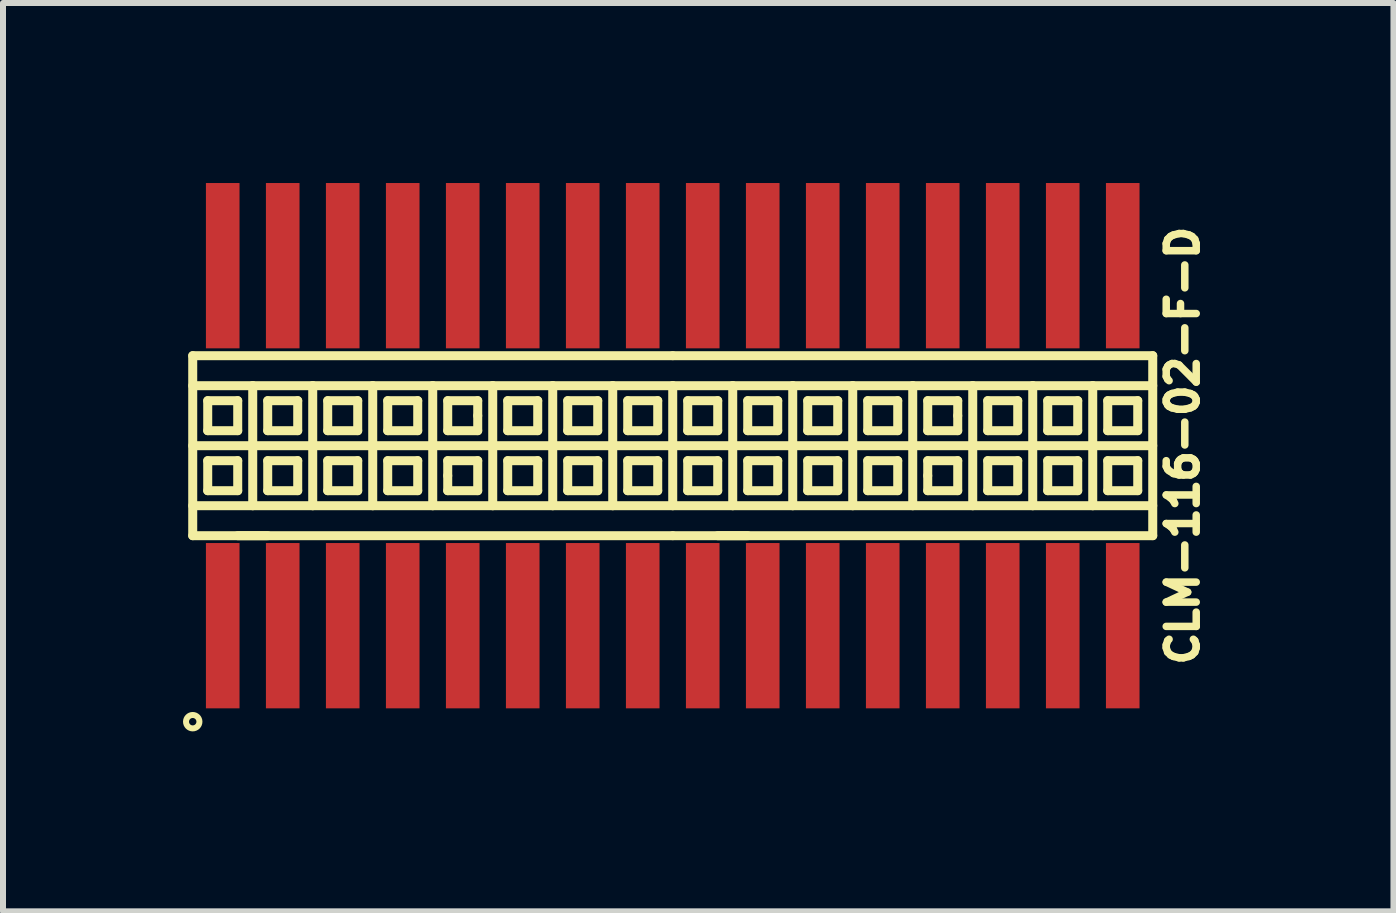
<source format=kicad_pcb>
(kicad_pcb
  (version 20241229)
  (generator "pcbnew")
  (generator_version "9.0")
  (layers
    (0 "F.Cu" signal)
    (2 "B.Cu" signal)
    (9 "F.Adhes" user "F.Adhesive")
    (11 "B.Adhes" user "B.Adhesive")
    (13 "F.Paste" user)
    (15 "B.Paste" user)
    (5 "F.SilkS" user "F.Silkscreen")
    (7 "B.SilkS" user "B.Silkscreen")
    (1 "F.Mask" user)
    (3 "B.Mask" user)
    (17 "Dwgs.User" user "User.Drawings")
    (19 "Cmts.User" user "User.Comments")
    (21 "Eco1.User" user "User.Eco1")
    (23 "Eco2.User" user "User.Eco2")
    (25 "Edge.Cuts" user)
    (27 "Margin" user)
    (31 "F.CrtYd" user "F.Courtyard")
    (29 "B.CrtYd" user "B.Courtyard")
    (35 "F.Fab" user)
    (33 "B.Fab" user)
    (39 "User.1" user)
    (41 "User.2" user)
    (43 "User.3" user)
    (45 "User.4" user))
  (footprint "CLM-116-02-F-D"
    (layer "F.Cu")
    (at 8.162 4.378)
    (property "Reference" "CLM-116-02-F-D" (at 8.5 0 90) (layer "F.SilkS") (effects (font (size 0.5 0.5) (thickness 0.125))))
    (attr through_hole)
    (fp_line (start -8 -1.5) (end 0 -1.5) (stroke (width 0.15) (type solid)) (layer "F.SilkS"))
    (fp_line (start -8 -1) (end -7 -1) (stroke (width 0.15) (type solid)) (layer "F.SilkS"))
    (fp_line (start -8 1.5) (end -8 -1.5) (stroke (width 0.15) (type solid)) (layer "F.SilkS"))
    (fp_line (start -7.75 -0.75) (end -7.25 -0.75) (stroke (width 0.15) (type solid)) (layer "F.SilkS"))
    (fp_line (start -7.75 -0.25) (end -7.75 -0.75) (stroke (width 0.15) (type solid)) (layer "F.SilkS"))
    (fp_line (start -7.75 0.25) (end -7.25 0.25) (stroke (width 0.15) (type solid)) (layer "F.SilkS"))
    (fp_line (start -7.75 0.75) (end -7.75 0.25) (stroke (width 0.15) (type solid)) (layer "F.SilkS"))
    (fp_line (start -7.25 -0.75) (end -7.25 -0.25) (stroke (width 0.15) (type solid)) (layer "F.SilkS"))
    (fp_line (start -7.25 -0.25) (end -7.75 -0.25) (stroke (width 0.15) (type solid)) (layer "F.SilkS"))
    (fp_line (start -7.25 0.25) (end -7.25 0.75) (stroke (width 0.15) (type solid)) (layer "F.SilkS"))
    (fp_line (start -7.25 0.75) (end -7.75 0.75) (stroke (width 0.15) (type solid)) (layer "F.SilkS"))
    (fp_line (start -7.25 1.5) (end -6.75 1.5) (stroke (width 0.15) (type solid)) (layer "F.SilkS"))
    (fp_line (start -7 -1) (end -7 0) (stroke (width 0.15) (type solid)) (layer "F.SilkS"))
    (fp_line (start -7 -1) (end -6 -1) (stroke (width 0.15) (type solid)) (layer "F.SilkS"))
    (fp_line (start -7 0) (end -8 0) (stroke (width 0.15) (type solid)) (layer "F.SilkS"))
    (fp_line (start -7 0) (end -7 1) (stroke (width 0.15) (type solid)) (layer "F.SilkS"))
    (fp_line (start -7 1) (end -8 1) (stroke (width 0.15) (type solid)) (layer "F.SilkS"))
    (fp_line (start -6.75 -0.75) (end -6.25 -0.75) (stroke (width 0.15) (type solid)) (layer "F.SilkS"))
    (fp_line (start -6.75 -0.25) (end -6.75 -0.75) (stroke (width 0.15) (type solid)) (layer "F.SilkS"))
    (fp_line (start -6.75 0.25) (end -6.25 0.25) (stroke (width 0.15) (type solid)) (layer "F.SilkS"))
    (fp_line (start -6.75 0.75) (end -6.75 0.25) (stroke (width 0.15) (type solid)) (layer "F.SilkS"))
    (fp_line (start -6.25 -0.75) (end -6.25 -0.25) (stroke (width 0.15) (type solid)) (layer "F.SilkS"))
    (fp_line (start -6.25 -0.25) (end -6.75 -0.25) (stroke (width 0.15) (type solid)) (layer "F.SilkS"))
    (fp_line (start -6.25 0.25) (end -6.25 0.75) (stroke (width 0.15) (type solid)) (layer "F.SilkS"))
    (fp_line (start -6.25 0.75) (end -6.75 0.75) (stroke (width 0.15) (type solid)) (layer "F.SilkS"))
    (fp_line (start -6 -1) (end -6 0) (stroke (width 0.15) (type solid)) (layer "F.SilkS"))
    (fp_line (start -6 -1) (end -5 -1) (stroke (width 0.15) (type solid)) (layer "F.SilkS"))
    (fp_line (start -6 0) (end -7 0) (stroke (width 0.15) (type solid)) (layer "F.SilkS"))
    (fp_line (start -6 0) (end -6 1) (stroke (width 0.15) (type solid)) (layer "F.SilkS"))
    (fp_line (start -6 1) (end -7 1) (stroke (width 0.15) (type solid)) (layer "F.SilkS"))
    (fp_line (start -5.75 -0.75) (end -5.25 -0.75) (stroke (width 0.15) (type solid)) (layer "F.SilkS"))
    (fp_line (start -5.75 -0.25) (end -5.75 -0.75) (stroke (width 0.15) (type solid)) (layer "F.SilkS"))
    (fp_line (start -5.75 0.25) (end -5.25 0.25) (stroke (width 0.15) (type solid)) (layer "F.SilkS"))
    (fp_line (start -5.75 0.75) (end -5.75 0.25) (stroke (width 0.15) (type solid)) (layer "F.SilkS"))
    (fp_line (start -5.25 -0.75) (end -5.25 -0.25) (stroke (width 0.15) (type solid)) (layer "F.SilkS"))
    (fp_line (start -5.25 -0.25) (end -5.75 -0.25) (stroke (width 0.15) (type solid)) (layer "F.SilkS"))
    (fp_line (start -5.25 0.25) (end -5.25 0.75) (stroke (width 0.15) (type solid)) (layer "F.SilkS"))
    (fp_line (start -5.25 0.75) (end -5.75 0.75) (stroke (width 0.15) (type solid)) (layer "F.SilkS"))
    (fp_line (start -5 -1) (end -5 0) (stroke (width 0.15) (type solid)) (layer "F.SilkS"))
    (fp_line (start -5 -1) (end -4 -1) (stroke (width 0.15) (type solid)) (layer "F.SilkS"))
    (fp_line (start -5 0) (end -6 0) (stroke (width 0.15) (type solid)) (layer "F.SilkS"))
    (fp_line (start -5 0) (end -5 1) (stroke (width 0.15) (type solid)) (layer "F.SilkS"))
    (fp_line (start -5 1) (end -6 1) (stroke (width 0.15) (type solid)) (layer "F.SilkS"))
    (fp_line (start -4.75 -0.75) (end -4.25 -0.75) (stroke (width 0.15) (type solid)) (layer "F.SilkS"))
    (fp_line (start -4.75 -0.25) (end -4.75 -0.75) (stroke (width 0.15) (type solid)) (layer "F.SilkS"))
    (fp_line (start -4.75 0.25) (end -4.25 0.25) (stroke (width 0.15) (type solid)) (layer "F.SilkS"))
    (fp_line (start -4.75 0.75) (end -4.75 0.25) (stroke (width 0.15) (type solid)) (layer "F.SilkS"))
    (fp_line (start -4.25 -0.75) (end -4.25 -0.25) (stroke (width 0.15) (type solid)) (layer "F.SilkS"))
    (fp_line (start -4.25 -0.25) (end -4.75 -0.25) (stroke (width 0.15) (type solid)) (layer "F.SilkS"))
    (fp_line (start -4.25 0.25) (end -4.25 0.75) (stroke (width 0.15) (type solid)) (layer "F.SilkS"))
    (fp_line (start -4.25 0.75) (end -4.75 0.75) (stroke (width 0.15) (type solid)) (layer "F.SilkS"))
    (fp_line (start -4 -1) (end -4 0) (stroke (width 0.15) (type solid)) (layer "F.SilkS"))
    (fp_line (start -4 -1) (end -3 -1) (stroke (width 0.15) (type solid)) (layer "F.SilkS"))
    (fp_line (start -4 0) (end -5 0) (stroke (width 0.15) (type solid)) (layer "F.SilkS"))
    (fp_line (start -4 0) (end -4 1) (stroke (width 0.15) (type solid)) (layer "F.SilkS"))
    (fp_line (start -4 1) (end -5 1) (stroke (width 0.15) (type solid)) (layer "F.SilkS"))
    (fp_line (start -3.75 -0.75) (end -3.25 -0.75) (stroke (width 0.15) (type solid)) (layer "F.SilkS"))
    (fp_line (start -3.75 -0.25) (end -3.75 -0.75) (stroke (width 0.15) (type solid)) (layer "F.SilkS"))
    (fp_line (start -3.75 0.25) (end -3.25 0.25) (stroke (width 0.15) (type solid)) (layer "F.SilkS"))
    (fp_line (start -3.75 0.5) (end -3.75 0.25) (stroke (width 0.15) (type solid)) (layer "F.SilkS"))
    (fp_line (start -3.75 0.75) (end -3.75 0.5) (stroke (width 0.15) (type solid)) (layer "F.SilkS"))
    (fp_line (start -3.25 -0.75) (end -3.25 -0.5) (stroke (width 0.15) (type solid)) (layer "F.SilkS"))
    (fp_line (start -3.25 -0.5) (end -3.25 -0.25) (stroke (width 0.15) (type solid)) (layer "F.SilkS"))
    (fp_line (start -3.25 -0.25) (end -3.75 -0.25) (stroke (width 0.15) (type solid)) (layer "F.SilkS"))
    (fp_line (start -3.25 0.25) (end -3.25 0.75) (stroke (width 0.15) (type solid)) (layer "F.SilkS"))
    (fp_line (start -3.25 0.75) (end -3.75 0.75) (stroke (width 0.15) (type solid)) (layer "F.SilkS"))
    (fp_line (start -3 -1) (end -3 0) (stroke (width 0.15) (type solid)) (layer "F.SilkS"))
    (fp_line (start -3 -1) (end -2 -1) (stroke (width 0.15) (type solid)) (layer "F.SilkS"))
    (fp_line (start -3 0) (end -4 0) (stroke (width 0.15) (type solid)) (layer "F.SilkS"))
    (fp_line (start -3 0) (end -3 1) (stroke (width 0.15) (type solid)) (layer "F.SilkS"))
    (fp_line (start -3 1) (end -4 1) (stroke (width 0.15) (type solid)) (layer "F.SilkS"))
    (fp_line (start -2.75 -0.75) (end -2.25 -0.75) (stroke (width 0.15) (type solid)) (layer "F.SilkS"))
    (fp_line (start -2.75 -0.25) (end -2.75 -0.75) (stroke (width 0.15) (type solid)) (layer "F.SilkS"))
    (fp_line (start -2.75 0.25) (end -2.25 0.25) (stroke (width 0.15) (type solid)) (layer "F.SilkS"))
    (fp_line (start -2.75 0.75) (end -2.75 0.25) (stroke (width 0.15) (type solid)) (layer "F.SilkS"))
    (fp_line (start -2.25 -0.75) (end -2.25 -0.25) (stroke (width 0.15) (type solid)) (layer "F.SilkS"))
    (fp_line (start -2.25 -0.25) (end -2.75 -0.25) (stroke (width 0.15) (type solid)) (layer "F.SilkS"))
    (fp_line (start -2.25 0.25) (end -2.25 0.75) (stroke (width 0.15) (type solid)) (layer "F.SilkS"))
    (fp_line (start -2.25 0.75) (end -2.75 0.75) (stroke (width 0.15) (type solid)) (layer "F.SilkS"))
    (fp_line (start -2 -1) (end -2 0) (stroke (width 0.15) (type solid)) (layer "F.SilkS"))
    (fp_line (start -2 -1) (end -1 -1) (stroke (width 0.15) (type solid)) (layer "F.SilkS"))
    (fp_line (start -2 0) (end -3 0) (stroke (width 0.15) (type solid)) (layer "F.SilkS"))
    (fp_line (start -2 0) (end -2 1) (stroke (width 0.15) (type solid)) (layer "F.SilkS"))
    (fp_line (start -2 1) (end -3 1) (stroke (width 0.15) (type solid)) (layer "F.SilkS"))
    (fp_line (start -1.75 -0.75) (end -1.25 -0.75) (stroke (width 0.15) (type solid)) (layer "F.SilkS"))
    (fp_line (start -1.75 -0.25) (end -1.75 -0.75) (stroke (width 0.15) (type solid)) (layer "F.SilkS"))
    (fp_line (start -1.75 0.25) (end -1.25 0.25) (stroke (width 0.15) (type solid)) (layer "F.SilkS"))
    (fp_line (start -1.75 0.75) (end -1.75 0.25) (stroke (width 0.15) (type solid)) (layer "F.SilkS"))
    (fp_line (start -1.25 -0.75) (end -1.25 -0.25) (stroke (width 0.15) (type solid)) (layer "F.SilkS"))
    (fp_line (start -1.25 -0.25) (end -1.75 -0.25) (stroke (width 0.15) (type solid)) (layer "F.SilkS"))
    (fp_line (start -1.25 0.25) (end -1.25 0.75) (stroke (width 0.15) (type solid)) (layer "F.SilkS"))
    (fp_line (start -1.25 0.75) (end -1.75 0.75) (stroke (width 0.15) (type solid)) (layer "F.SilkS"))
    (fp_line (start -1 -1) (end -1 0) (stroke (width 0.15) (type solid)) (layer "F.SilkS"))
    (fp_line (start -1 -1) (end 0 -1) (stroke (width 0.15) (type solid)) (layer "F.SilkS"))
    (fp_line (start -1 0) (end -2 0) (stroke (width 0.15) (type solid)) (layer "F.SilkS"))
    (fp_line (start -1 0) (end -1 1) (stroke (width 0.15) (type solid)) (layer "F.SilkS"))
    (fp_line (start -1 0) (end 0 0) (stroke (width 0.15) (type solid)) (layer "F.SilkS"))
    (fp_line (start -1 1) (end -2 1) (stroke (width 0.15) (type solid)) (layer "F.SilkS"))
    (fp_line (start -1 1) (end 0 1) (stroke (width 0.15) (type solid)) (layer "F.SilkS"))
    (fp_line (start -0.75 -0.75) (end -0.25 -0.75) (stroke (width 0.15) (type solid)) (layer "F.SilkS"))
    (fp_line (start -0.75 -0.25) (end -0.75 -0.75) (stroke (width 0.15) (type solid)) (layer "F.SilkS"))
    (fp_line (start -0.75 0.25) (end -0.25 0.25) (stroke (width 0.15) (type solid)) (layer "F.SilkS"))
    (fp_line (start -0.75 0.75) (end -0.75 0.25) (stroke (width 0.15) (type solid)) (layer "F.SilkS"))
    (fp_line (start -0.25 -0.75) (end -0.25 -0.25) (stroke (width 0.15) (type solid)) (layer "F.SilkS"))
    (fp_line (start -0.25 -0.25) (end -0.75 -0.25) (stroke (width 0.15) (type solid)) (layer "F.SilkS"))
    (fp_line (start -0.25 0.25) (end -0.25 0.75) (stroke (width 0.15) (type solid)) (layer "F.SilkS"))
    (fp_line (start -0.25 0.75) (end -0.75 0.75) (stroke (width 0.15) (type solid)) (layer "F.SilkS"))
    (fp_line (start 0 -1.5) (end 8 -1.5) (stroke (width 0.15) (type solid)) (layer "F.SilkS"))
    (fp_line (start 0 -1) (end 0 1) (stroke (width 0.15) (type solid)) (layer "F.SilkS"))
    (fp_line (start 0 -1) (end 1 -1) (stroke (width 0.15) (type solid)) (layer "F.SilkS"))
    (fp_line (start 0 1.5) (end -8 1.5) (stroke (width 0.15) (type solid)) (layer "F.SilkS"))
    (fp_line (start 0.25 -0.75) (end 0.75 -0.75) (stroke (width 0.15) (type solid)) (layer "F.SilkS"))
    (fp_line (start 0.25 -0.25) (end 0.25 -0.75) (stroke (width 0.15) (type solid)) (layer "F.SilkS"))
    (fp_line (start 0.25 0.25) (end 0.75 0.25) (stroke (width 0.15) (type solid)) (layer "F.SilkS"))
    (fp_line (start 0.25 0.75) (end 0.25 0.25) (stroke (width 0.15) (type solid)) (layer "F.SilkS"))
    (fp_line (start 0.75 -0.75) (end 0.75 -0.25) (stroke (width 0.15) (type solid)) (layer "F.SilkS"))
    (fp_line (start 0.75 -0.25) (end 0.25 -0.25) (stroke (width 0.15) (type solid)) (layer "F.SilkS"))
    (fp_line (start 0.75 0.25) (end 0.75 0.75) (stroke (width 0.15) (type solid)) (layer "F.SilkS"))
    (fp_line (start 0.75 0.75) (end 0.25 0.75) (stroke (width 0.15) (type solid)) (layer "F.SilkS"))
    (fp_line (start 0.75 1.5) (end 1.25 1.5) (stroke (width 0.15) (type solid)) (layer "F.SilkS"))
    (fp_line (start 1 -1) (end 1 0) (stroke (width 0.15) (type solid)) (layer "F.SilkS"))
    (fp_line (start 1 -1) (end 2 -1) (stroke (width 0.15) (type solid)) (layer "F.SilkS"))
    (fp_line (start 1 0) (end 0 0) (stroke (width 0.15) (type solid)) (layer "F.SilkS"))
    (fp_line (start 1 0) (end 1 1) (stroke (width 0.15) (type solid)) (layer "F.SilkS"))
    (fp_line (start 1 1) (end 0 1) (stroke (width 0.15) (type solid)) (layer "F.SilkS"))
    (fp_line (start 1.25 -0.75) (end 1.75 -0.75) (stroke (width 0.15) (type solid)) (layer "F.SilkS"))
    (fp_line (start 1.25 -0.25) (end 1.25 -0.75) (stroke (width 0.15) (type solid)) (layer "F.SilkS"))
    (fp_line (start 1.25 0.25) (end 1.75 0.25) (stroke (width 0.15) (type solid)) (layer "F.SilkS"))
    (fp_line (start 1.25 0.75) (end 1.25 0.25) (stroke (width 0.15) (type solid)) (layer "F.SilkS"))
    (fp_line (start 1.75 -0.75) (end 1.75 -0.25) (stroke (width 0.15) (type solid)) (layer "F.SilkS"))
    (fp_line (start 1.75 -0.25) (end 1.25 -0.25) (stroke (width 0.15) (type solid)) (layer "F.SilkS"))
    (fp_line (start 1.75 0.25) (end 1.75 0.75) (stroke (width 0.15) (type solid)) (layer "F.SilkS"))
    (fp_line (start 1.75 0.75) (end 1.25 0.75) (stroke (width 0.15) (type solid)) (layer "F.SilkS"))
    (fp_line (start 2 -1) (end 2 0) (stroke (width 0.15) (type solid)) (layer "F.SilkS"))
    (fp_line (start 2 -1) (end 3 -1) (stroke (width 0.15) (type solid)) (layer "F.SilkS"))
    (fp_line (start 2 0) (end 1 0) (stroke (width 0.15) (type solid)) (layer "F.SilkS"))
    (fp_line (start 2 0) (end 2 1) (stroke (width 0.15) (type solid)) (layer "F.SilkS"))
    (fp_line (start 2 1) (end 1 1) (stroke (width 0.15) (type solid)) (layer "F.SilkS"))
    (fp_line (start 2.25 -0.75) (end 2.75 -0.75) (stroke (width 0.15) (type solid)) (layer "F.SilkS"))
    (fp_line (start 2.25 -0.25) (end 2.25 -0.75) (stroke (width 0.15) (type solid)) (layer "F.SilkS"))
    (fp_line (start 2.25 0.25) (end 2.75 0.25) (stroke (width 0.15) (type solid)) (layer "F.SilkS"))
    (fp_line (start 2.25 0.75) (end 2.25 0.25) (stroke (width 0.15) (type solid)) (layer "F.SilkS"))
    (fp_line (start 2.75 -0.75) (end 2.75 -0.25) (stroke (width 0.15) (type solid)) (layer "F.SilkS"))
    (fp_line (start 2.75 -0.25) (end 2.25 -0.25) (stroke (width 0.15) (type solid)) (layer "F.SilkS"))
    (fp_line (start 2.75 0.25) (end 2.75 0.75) (stroke (width 0.15) (type solid)) (layer "F.SilkS"))
    (fp_line (start 2.75 0.75) (end 2.25 0.75) (stroke (width 0.15) (type solid)) (layer "F.SilkS"))
    (fp_line (start 3 -1) (end 3 0) (stroke (width 0.15) (type solid)) (layer "F.SilkS"))
    (fp_line (start 3 -1) (end 4 -1) (stroke (width 0.15) (type solid)) (layer "F.SilkS"))
    (fp_line (start 3 0) (end 2 0) (stroke (width 0.15) (type solid)) (layer "F.SilkS"))
    (fp_line (start 3 0) (end 3 1) (stroke (width 0.15) (type solid)) (layer "F.SilkS"))
    (fp_line (start 3 1) (end 2 1) (stroke (width 0.15) (type solid)) (layer "F.SilkS"))
    (fp_line (start 3.25 -0.75) (end 3.75 -0.75) (stroke (width 0.15) (type solid)) (layer "F.SilkS"))
    (fp_line (start 3.25 -0.25) (end 3.25 -0.75) (stroke (width 0.15) (type solid)) (layer "F.SilkS"))
    (fp_line (start 3.25 0.25) (end 3.75 0.25) (stroke (width 0.15) (type solid)) (layer "F.SilkS"))
    (fp_line (start 3.25 0.75) (end 3.25 0.25) (stroke (width 0.15) (type solid)) (layer "F.SilkS"))
    (fp_line (start 3.75 -0.75) (end 3.75 -0.25) (stroke (width 0.15) (type solid)) (layer "F.SilkS"))
    (fp_line (start 3.75 -0.25) (end 3.25 -0.25) (stroke (width 0.15) (type solid)) (layer "F.SilkS"))
    (fp_line (start 3.75 0.25) (end 3.75 0.75) (stroke (width 0.15) (type solid)) (layer "F.SilkS"))
    (fp_line (start 3.75 0.75) (end 3.25 0.75) (stroke (width 0.15) (type solid)) (layer "F.SilkS"))
    (fp_line (start 4 -1) (end 4 0) (stroke (width 0.15) (type solid)) (layer "F.SilkS"))
    (fp_line (start 4 -1) (end 5 -1) (stroke (width 0.15) (type solid)) (layer "F.SilkS"))
    (fp_line (start 4 0) (end 3 0) (stroke (width 0.15) (type solid)) (layer "F.SilkS"))
    (fp_line (start 4 0) (end 4 1) (stroke (width 0.15) (type solid)) (layer "F.SilkS"))
    (fp_line (start 4 1) (end 3 1) (stroke (width 0.15) (type solid)) (layer "F.SilkS"))
    (fp_line (start 4.25 -0.75) (end 4.75 -0.75) (stroke (width 0.15) (type solid)) (layer "F.SilkS"))
    (fp_line (start 4.25 -0.25) (end 4.25 -0.75) (stroke (width 0.15) (type solid)) (layer "F.SilkS"))
    (fp_line (start 4.25 0.25) (end 4.75 0.25) (stroke (width 0.15) (type solid)) (layer "F.SilkS"))
    (fp_line (start 4.25 0.5) (end 4.25 0.25) (stroke (width 0.15) (type solid)) (layer "F.SilkS"))
    (fp_line (start 4.25 0.75) (end 4.25 0.5) (stroke (width 0.15) (type solid)) (layer "F.SilkS"))
    (fp_line (start 4.75 -0.75) (end 4.75 -0.5) (stroke (width 0.15) (type solid)) (layer "F.SilkS"))
    (fp_line (start 4.75 -0.5) (end 4.75 -0.25) (stroke (width 0.15) (type solid)) (layer "F.SilkS"))
    (fp_line (start 4.75 -0.25) (end 4.25 -0.25) (stroke (width 0.15) (type solid)) (layer "F.SilkS"))
    (fp_line (start 4.75 0.25) (end 4.75 0.75) (stroke (width 0.15) (type solid)) (layer "F.SilkS"))
    (fp_line (start 4.75 0.75) (end 4.25 0.75) (stroke (width 0.15) (type solid)) (layer "F.SilkS"))
    (fp_line (start 5 -1) (end 5 0) (stroke (width 0.15) (type solid)) (layer "F.SilkS"))
    (fp_line (start 5 -1) (end 6 -1) (stroke (width 0.15) (type solid)) (layer "F.SilkS"))
    (fp_line (start 5 0) (end 4 0) (stroke (width 0.15) (type solid)) (layer "F.SilkS"))
    (fp_line (start 5 0) (end 5 1) (stroke (width 0.15) (type solid)) (layer "F.SilkS"))
    (fp_line (start 5 1) (end 4 1) (stroke (width 0.15) (type solid)) (layer "F.SilkS"))
    (fp_line (start 5.25 -0.75) (end 5.75 -0.75) (stroke (width 0.15) (type solid)) (layer "F.SilkS"))
    (fp_line (start 5.25 -0.25) (end 5.25 -0.75) (stroke (width 0.15) (type solid)) (layer "F.SilkS"))
    (fp_line (start 5.25 0.25) (end 5.75 0.25) (stroke (width 0.15) (type solid)) (layer "F.SilkS"))
    (fp_line (start 5.25 0.75) (end 5.25 0.25) (stroke (width 0.15) (type solid)) (layer "F.SilkS"))
    (fp_line (start 5.75 -0.75) (end 5.75 -0.25) (stroke (width 0.15) (type solid)) (layer "F.SilkS"))
    (fp_line (start 5.75 -0.25) (end 5.25 -0.25) (stroke (width 0.15) (type solid)) (layer "F.SilkS"))
    (fp_line (start 5.75 0.25) (end 5.75 0.75) (stroke (width 0.15) (type solid)) (layer "F.SilkS"))
    (fp_line (start 5.75 0.75) (end 5.25 0.75) (stroke (width 0.15) (type solid)) (layer "F.SilkS"))
    (fp_line (start 6 -1) (end 6 0) (stroke (width 0.15) (type solid)) (layer "F.SilkS"))
    (fp_line (start 6 -1) (end 7 -1) (stroke (width 0.15) (type solid)) (layer "F.SilkS"))
    (fp_line (start 6 0) (end 5 0) (stroke (width 0.15) (type solid)) (layer "F.SilkS"))
    (fp_line (start 6 0) (end 6 1) (stroke (width 0.15) (type solid)) (layer "F.SilkS"))
    (fp_line (start 6 1) (end 5 1) (stroke (width 0.15) (type solid)) (layer "F.SilkS"))
    (fp_line (start 6.25 -0.75) (end 6.75 -0.75) (stroke (width 0.15) (type solid)) (layer "F.SilkS"))
    (fp_line (start 6.25 -0.25) (end 6.25 -0.75) (stroke (width 0.15) (type solid)) (layer "F.SilkS"))
    (fp_line (start 6.25 0.25) (end 6.75 0.25) (stroke (width 0.15) (type solid)) (layer "F.SilkS"))
    (fp_line (start 6.25 0.75) (end 6.25 0.25) (stroke (width 0.15) (type solid)) (layer "F.SilkS"))
    (fp_line (start 6.75 -0.75) (end 6.75 -0.25) (stroke (width 0.15) (type solid)) (layer "F.SilkS"))
    (fp_line (start 6.75 -0.25) (end 6.25 -0.25) (stroke (width 0.15) (type solid)) (layer "F.SilkS"))
    (fp_line (start 6.75 0.25) (end 6.75 0.75) (stroke (width 0.15) (type solid)) (layer "F.SilkS"))
    (fp_line (start 6.75 0.75) (end 6.25 0.75) (stroke (width 0.15) (type solid)) (layer "F.SilkS"))
    (fp_line (start 7 -1) (end 7 0) (stroke (width 0.15) (type solid)) (layer "F.SilkS"))
    (fp_line (start 7 -1) (end 8 -1) (stroke (width 0.15) (type solid)) (layer "F.SilkS"))
    (fp_line (start 7 0) (end 6 0) (stroke (width 0.15) (type solid)) (layer "F.SilkS"))
    (fp_line (start 7 0) (end 7 1) (stroke (width 0.15) (type solid)) (layer "F.SilkS"))
    (fp_line (start 7 0) (end 8 0) (stroke (width 0.15) (type solid)) (layer "F.SilkS"))
    (fp_line (start 7 1) (end 6 1) (stroke (width 0.15) (type solid)) (layer "F.SilkS"))
    (fp_line (start 7 1) (end 8 1) (stroke (width 0.15) (type solid)) (layer "F.SilkS"))
    (fp_line (start 7.25 -0.75) (end 7.75 -0.75) (stroke (width 0.15) (type solid)) (layer "F.SilkS"))
    (fp_line (start 7.25 -0.25) (end 7.25 -0.75) (stroke (width 0.15) (type solid)) (layer "F.SilkS"))
    (fp_line (start 7.25 0.25) (end 7.75 0.25) (stroke (width 0.15) (type solid)) (layer "F.SilkS"))
    (fp_line (start 7.25 0.75) (end 7.25 0.25) (stroke (width 0.15) (type solid)) (layer "F.SilkS"))
    (fp_line (start 7.75 -0.75) (end 7.75 -0.25) (stroke (width 0.15) (type solid)) (layer "F.SilkS"))
    (fp_line (start 7.75 -0.25) (end 7.25 -0.25) (stroke (width 0.15) (type solid)) (layer "F.SilkS"))
    (fp_line (start 7.75 0.25) (end 7.75 0.75) (stroke (width 0.15) (type solid)) (layer "F.SilkS"))
    (fp_line (start 7.75 0.75) (end 7.25 0.75) (stroke (width 0.15) (type solid)) (layer "F.SilkS"))
    (fp_line (start 8 -1.5) (end 8 1.5) (stroke (width 0.15) (type solid)) (layer "F.SilkS"))
    (fp_line (start 8 1.5) (end 0 1.5) (stroke (width 0.15) (type solid)) (layer "F.SilkS"))
    (fp_circle (center -8 4.6) (end -8.05 4.7) (stroke (width 0.1) (type solid)) (fill no) (layer "F.SilkS"))
    (pad "1" smd rect (at -7.5 3) (size 0.56 2.755) (layers "F.Cu" "F.Mask" "F.Paste"))
    (pad "2" smd rect (at -7.5 -3) (size 0.56 2.755) (layers "F.Cu" "F.Mask" "F.Paste"))
    (pad "3" smd rect (at -6.5 3) (size 0.56 2.755) (layers "F.Cu" "F.Mask" "F.Paste"))
    (pad "4" smd rect (at -6.5 -3) (size 0.56 2.755) (layers "F.Cu" "F.Mask" "F.Paste"))
    (pad "5" smd rect (at -5.5 3) (size 0.56 2.755) (layers "F.Cu" "F.Mask" "F.Paste"))
    (pad "6" smd rect (at -5.5 -3) (size 0.56 2.755) (layers "F.Cu" "F.Mask" "F.Paste"))
    (pad "7" smd rect (at -4.5 3) (size 0.56 2.755) (layers "F.Cu" "F.Mask" "F.Paste"))
    (pad "8" smd rect (at -4.5 -3) (size 0.56 2.755) (layers "F.Cu" "F.Mask" "F.Paste"))
    (pad "9" smd rect (at -3.5 3) (size 0.56 2.755) (layers "F.Cu" "F.Mask" "F.Paste"))
    (pad "10" smd rect (at -3.5 -3) (size 0.56 2.755) (layers "F.Cu" "F.Mask" "F.Paste"))
    (pad "11" smd rect (at -2.5 3) (size 0.56 2.755) (layers "F.Cu" "F.Mask" "F.Paste"))
    (pad "12" smd rect (at -2.5 -3) (size 0.56 2.755) (layers "F.Cu" "F.Mask" "F.Paste"))
    (pad "13" smd rect (at -1.5 3) (size 0.56 2.755) (layers "F.Cu" "F.Mask" "F.Paste"))
    (pad "14" smd rect (at -1.5 -3) (size 0.56 2.755) (layers "F.Cu" "F.Mask" "F.Paste"))
    (pad "15" smd rect (at -0.5 3) (size 0.56 2.755) (layers "F.Cu" "F.Mask" "F.Paste"))
    (pad "16" smd rect (at -0.5 -3) (size 0.56 2.755) (layers "F.Cu" "F.Mask" "F.Paste"))
    (pad "17" smd rect (at 0.5 3) (size 0.56 2.755) (layers "F.Cu" "F.Mask" "F.Paste"))
    (pad "18" smd rect (at 0.5 -3) (size 0.56 2.755) (layers "F.Cu" "F.Mask" "F.Paste"))
    (pad "19" smd rect (at 1.5 3) (size 0.56 2.755) (layers "F.Cu" "F.Mask" "F.Paste"))
    (pad "20" smd rect (at 1.5 -3) (size 0.56 2.755) (layers "F.Cu" "F.Mask" "F.Paste"))
    (pad "21" smd rect (at 2.5 3) (size 0.56 2.755) (layers "F.Cu" "F.Mask" "F.Paste"))
    (pad "22" smd rect (at 2.5 -3) (size 0.56 2.755) (layers "F.Cu" "F.Mask" "F.Paste"))
    (pad "23" smd rect (at 3.5 3) (size 0.56 2.755) (layers "F.Cu" "F.Mask" "F.Paste"))
    (pad "24" smd rect (at 3.5 -3) (size 0.56 2.755) (layers "F.Cu" "F.Mask" "F.Paste"))
    (pad "25" smd rect (at 4.5 3) (size 0.56 2.755) (layers "F.Cu" "F.Mask" "F.Paste"))
    (pad "26" smd rect (at 4.5 -3) (size 0.56 2.755) (layers "F.Cu" "F.Mask" "F.Paste"))
    (pad "27" smd rect (at 5.5 3) (size 0.56 2.755) (layers "F.Cu" "F.Mask" "F.Paste"))
    (pad "28" smd rect (at 5.5 -3) (size 0.56 2.755) (layers "F.Cu" "F.Mask" "F.Paste"))
    (pad "29" smd rect (at 6.5 3) (size 0.56 2.755) (layers "F.Cu" "F.Mask" "F.Paste"))
    (pad "30" smd rect (at 6.5 -3) (size 0.56 2.755) (layers "F.Cu" "F.Mask" "F.Paste"))
    (pad "31" smd rect (at 7.5 3) (size 0.56 2.755) (layers "F.Cu" "F.Mask" "F.Paste"))
    (pad "32" smd rect (at 7.5 -3) (size 0.56 2.755) (layers "F.Cu" "F.Mask" "F.Paste")))
  (gr_rect
    (start -3 -3)
    (end 20.174 12.139)
    (stroke (width 0.1) (type default))
    (fill no)
    (layer "Edge.Cuts")))
</source>
